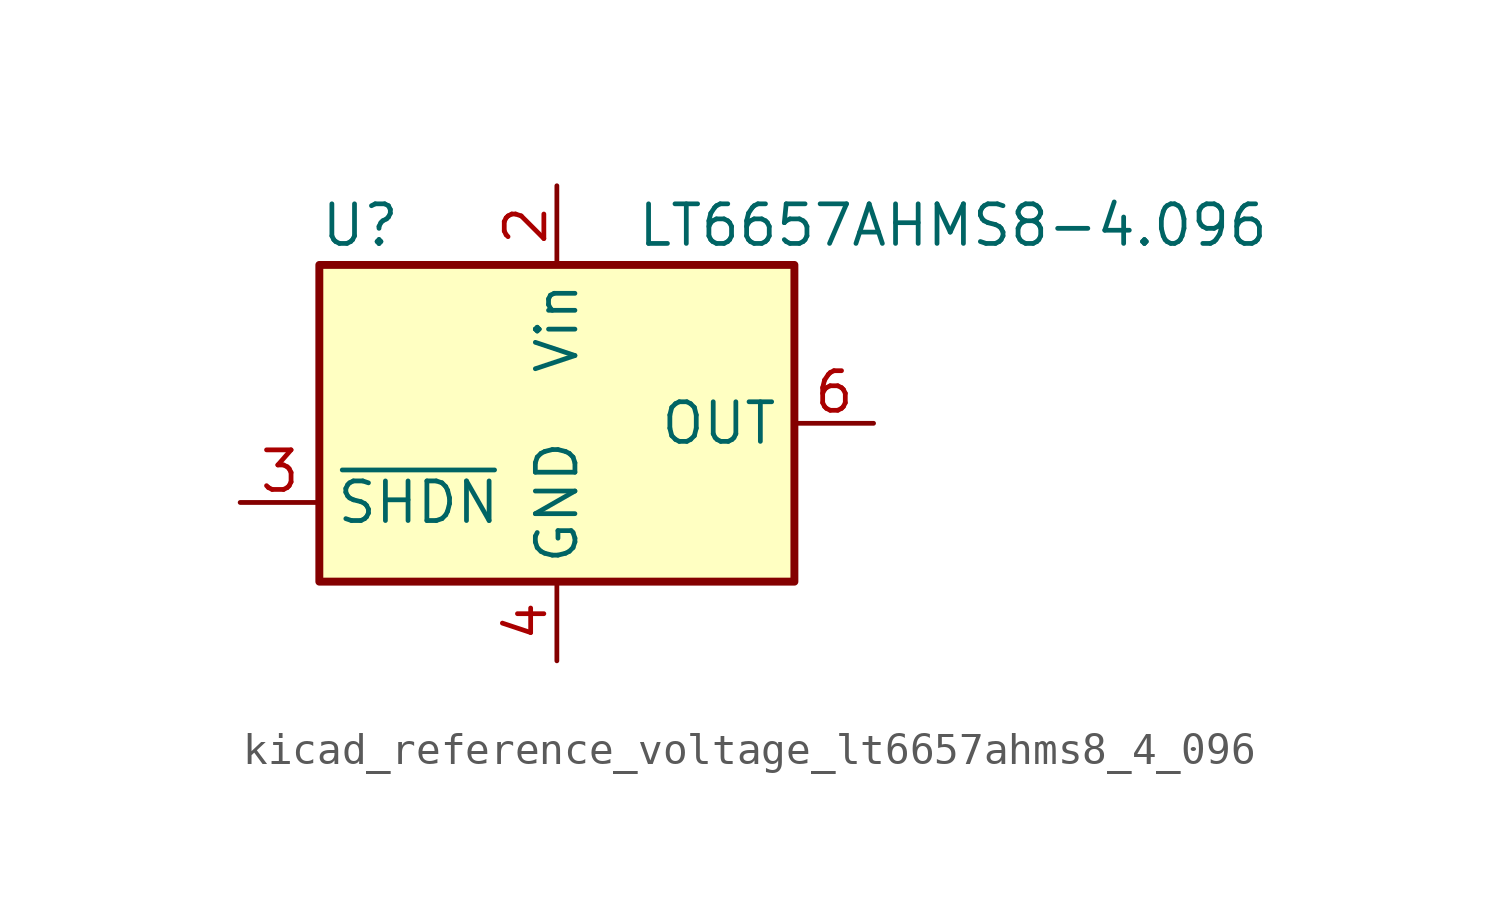
<source format=kicad_sym>
(kicad_symbol_lib
  (version 20220914)
  (generator kicad_symbol_editor)
  (symbol "kicad_reference_voltage_lt6657ahms8_4_096"
    (property "Reference" "U"
      (at -7.62 6.35 0)
      (effects (font (size 1.27 1.27)) (justify left)))
    (property "Value" "LT6657AHMS8-4.096"
      (at 2.54 6.35 0)
      (effects (font (size 1.27 1.27)) (justify left)))
    (symbol "kicad_reference_voltage_lt6657ahms8_4_096_0_1"
      (rectangle (start -7.62 5.08) (end 7.62 -5.08) (stroke (width 0.254) (type default)) (fill (type background))))
    (symbol "kicad_reference_voltage_lt6657ahms8_4_096_1_1"
      (pin no_connect line (at 7.62 -2.54 180) (length 2.54) hide (name "DNC" (effects (font (size 1.27 1.27)))) (number "1" (effects (font (size 1.27 1.27)))))
      (pin power_in line (at 0 7.62 270) (length 2.54) (name "Vin" (effects (font (size 1.27 1.27)))) (number "2" (effects (font (size 1.27 1.27)))))
      (pin input line (at -10.16 -2.54 0) (length 2.54) (name "~{SHDN}" (effects (font (size 1.27 1.27)))) (number "3" (effects (font (size 1.27 1.27)))))
      (pin power_in line (at 0 -7.62 90) (length 2.54) (name "GND" (effects (font (size 1.27 1.27)))) (number "4" (effects (font (size 1.27 1.27)))))
      (pin no_connect line (at -7.62 0 0) (length 2.54) hide (name "DNC" (effects (font (size 1.27 1.27)))) (number "5" (effects (font (size 1.27 1.27)))))
      (pin power_out line (at 10.16 0 180) (length 2.54) (name "OUT" (effects (font (size 1.27 1.27)))) (number "6" (effects (font (size 1.27 1.27)))))
      (pin no_connect line (at -7.62 2.54 0) (length 2.54) hide (name "DNC" (effects (font (size 1.27 1.27)))) (number "7" (effects (font (size 1.27 1.27)))))
      (pin no_connect line (at 7.62 2.54 180) (length 2.54) hide (name "DNC" (effects (font (size 1.27 1.27)))) (number "8" (effects (font (size 1.27 1.27))))))))
</source>
